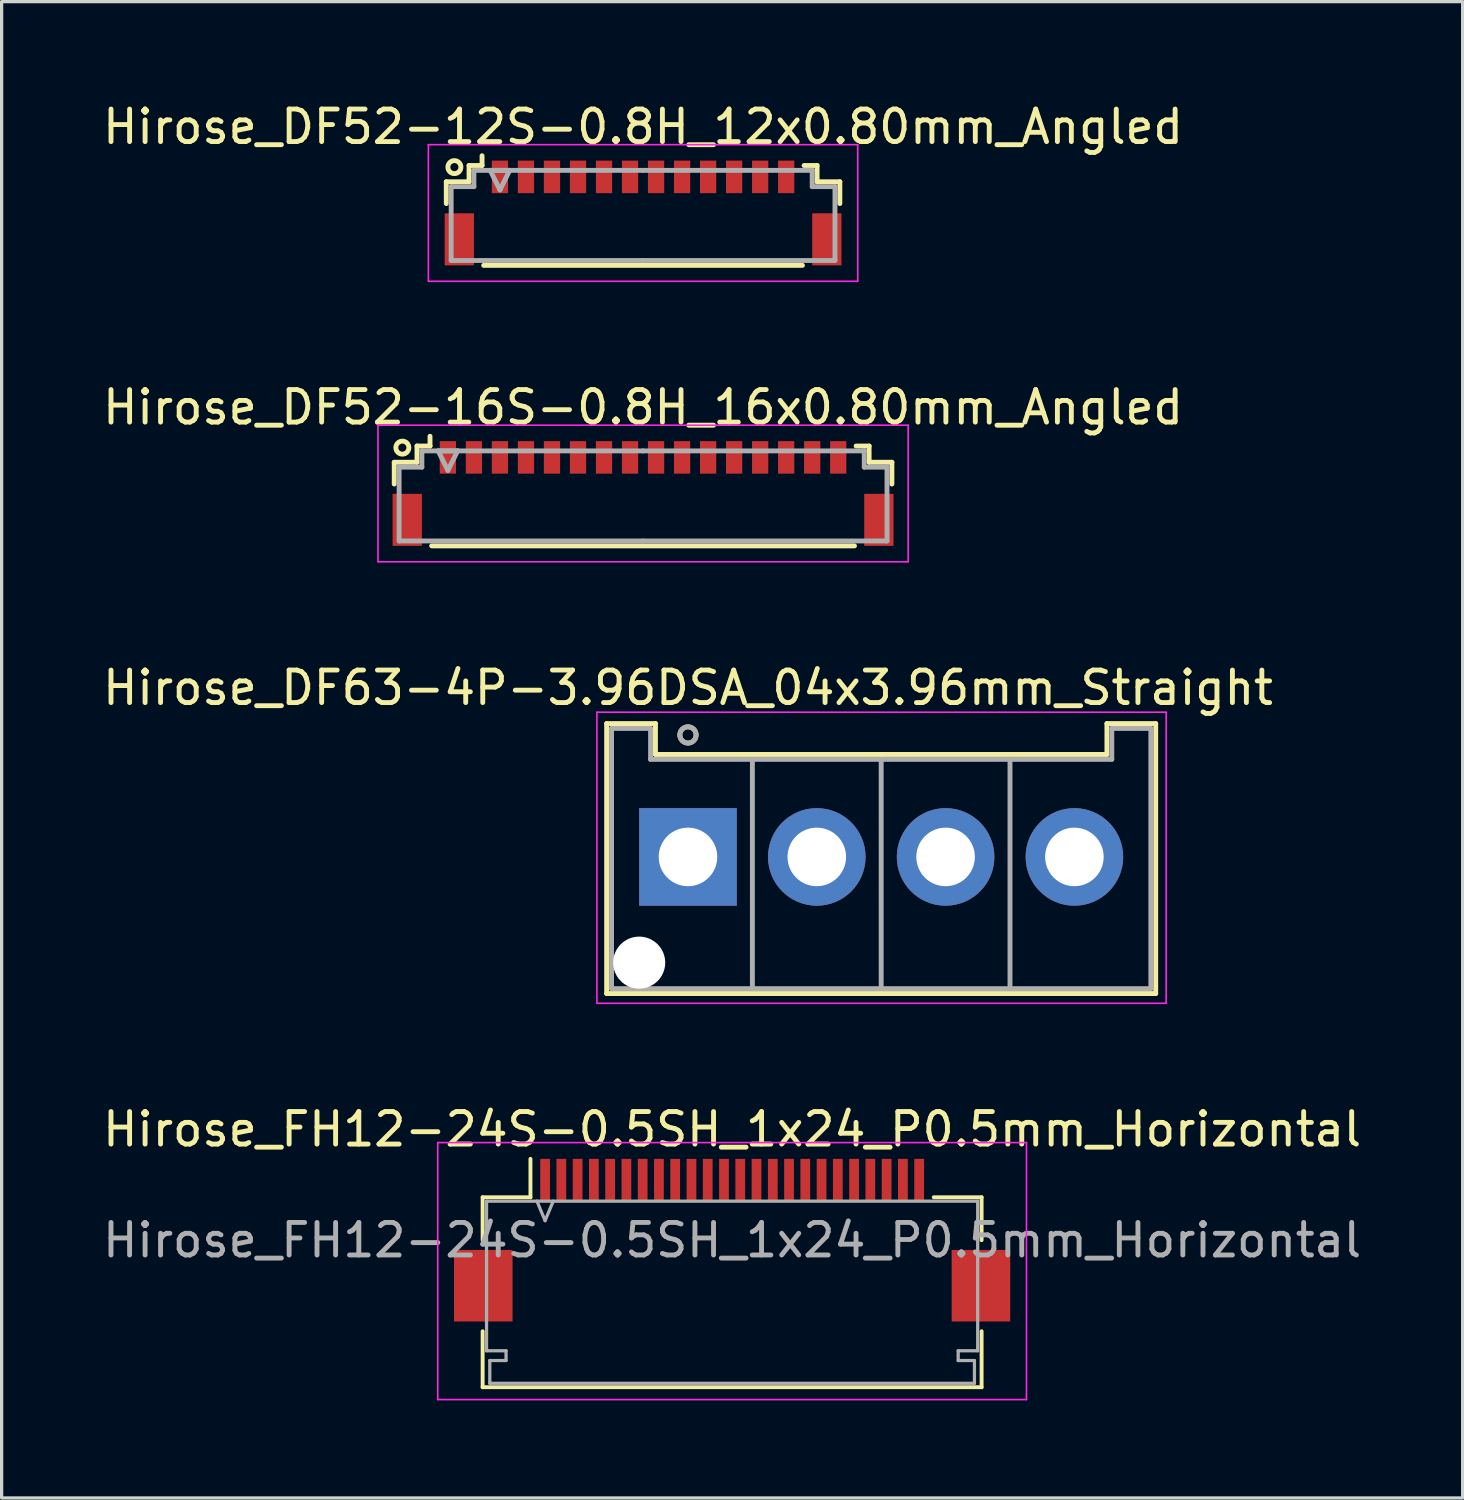
<source format=kicad_pcb>
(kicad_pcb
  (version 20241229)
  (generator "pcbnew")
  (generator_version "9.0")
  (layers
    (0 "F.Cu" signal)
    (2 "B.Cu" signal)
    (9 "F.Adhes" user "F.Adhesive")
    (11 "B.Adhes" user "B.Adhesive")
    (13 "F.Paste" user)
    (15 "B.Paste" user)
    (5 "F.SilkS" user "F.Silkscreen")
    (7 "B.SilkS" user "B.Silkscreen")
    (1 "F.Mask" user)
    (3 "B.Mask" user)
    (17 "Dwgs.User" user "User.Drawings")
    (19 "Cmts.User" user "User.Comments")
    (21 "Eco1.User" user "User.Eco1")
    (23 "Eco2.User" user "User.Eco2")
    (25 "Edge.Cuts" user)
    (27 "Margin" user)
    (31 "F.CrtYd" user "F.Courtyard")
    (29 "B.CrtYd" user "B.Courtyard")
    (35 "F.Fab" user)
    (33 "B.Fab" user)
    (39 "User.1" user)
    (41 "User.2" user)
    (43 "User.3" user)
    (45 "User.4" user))
  (footprint "Hirose_DF52-16S-0.8H_16x0.80mm_Angled"
    (layer "F.Cu")
    (at 16.72 11.972)
    (property "Reference" "Hirose_DF52-16S-0.8H_16x0.80mm_Angled" (at 0 -2.5 0) (layer "F.SilkS") (effects (font (size 1 1) (thickness 0.15))))
    (attr smd)
    (fp_line (start -7.65 -0.81) (end -7.65 -0.14) (stroke (width 0.15) (type solid)) (layer "F.SilkS"))
    (fp_line (start -6.95 -1.31) (end -6.95 -0.81) (stroke (width 0.15) (type solid)) (layer "F.SilkS"))
    (fp_line (start -6.95 -0.81) (end -7.65 -0.81) (stroke (width 0.15) (type solid)) (layer "F.SilkS"))
    (fp_line (start -6.55 -1.61) (end -6.55 -1.31) (stroke (width 0.15) (type solid)) (layer "F.SilkS"))
    (fp_line (start -6.55 -1.31) (end -6.95 -1.31) (stroke (width 0.15) (type solid)) (layer "F.SilkS"))
    (fp_line (start -6.5 1.76) (end 6.5 1.76) (stroke (width 0.15) (type solid)) (layer "F.SilkS"))
    (fp_line (start 6.55 -1.31) (end 6.95 -1.31) (stroke (width 0.15) (type solid)) (layer "F.SilkS"))
    (fp_line (start 6.95 -1.31) (end 6.95 -0.81) (stroke (width 0.15) (type solid)) (layer "F.SilkS"))
    (fp_line (start 6.95 -0.81) (end 7.65 -0.81) (stroke (width 0.15) (type solid)) (layer "F.SilkS"))
    (fp_line (start 7.65 -0.81) (end 7.65 -0.14) (stroke (width 0.15) (type solid)) (layer "F.SilkS"))
    (fp_circle (center -7.4 -1.26) (end -7.2 -1.26) (stroke (width 0.15) (type solid)) (fill no) (layer "F.SilkS"))
    (fp_line (start -8.15 -1.95) (end -8.15 2.25) (stroke (width 0.05) (type solid)) (layer "F.CrtYd"))
    (fp_line (start -8.15 2.25) (end 8.15 2.25) (stroke (width 0.05) (type solid)) (layer "F.CrtYd"))
    (fp_line (start 8.15 -1.95) (end -8.15 -1.95) (stroke (width 0.05) (type solid)) (layer "F.CrtYd"))
    (fp_line (start 8.15 2.25) (end 8.15 -1.95) (stroke (width 0.05) (type solid)) (layer "F.CrtYd"))
    (fp_line (start -7.5 -0.66) (end -7.5 1.61) (stroke (width 0.15) (type solid)) (layer "F.Fab"))
    (fp_line (start -7.5 1.61) (end 0 1.61) (stroke (width 0.15) (type solid)) (layer "F.Fab"))
    (fp_line (start -6.8 -1.16) (end -6.8 -1.16) (stroke (width 0.15) (type solid)) (layer "F.Fab"))
    (fp_line (start -6.8 -1.16) (end -6.8 -0.66) (stroke (width 0.15) (type solid)) (layer "F.Fab"))
    (fp_line (start -6.8 -0.66) (end -7.5 -0.66) (stroke (width 0.15) (type solid)) (layer "F.Fab"))
    (fp_line (start -6.3 -1.16) (end -5.7 -1.16) (stroke (width 0.15) (type solid)) (layer "F.Fab"))
    (fp_line (start -6 -0.56) (end -6.3 -1.16) (stroke (width 0.15) (type solid)) (layer "F.Fab"))
    (fp_line (start -5.7 -1.16) (end -6 -0.56) (stroke (width 0.15) (type solid)) (layer "F.Fab"))
    (fp_line (start 0 -1.16) (end -6.8 -1.16) (stroke (width 0.15) (type solid)) (layer "F.Fab"))
    (fp_line (start 0 -1.16) (end 6.8 -1.16) (stroke (width 0.15) (type solid)) (layer "F.Fab"))
    (fp_line (start 6.8 -1.16) (end 6.8 -1.16) (stroke (width 0.15) (type solid)) (layer "F.Fab"))
    (fp_line (start 6.8 -1.16) (end 6.8 -0.66) (stroke (width 0.15) (type solid)) (layer "F.Fab"))
    (fp_line (start 6.8 -0.66) (end 7.5 -0.66) (stroke (width 0.15) (type solid)) (layer "F.Fab"))
    (fp_line (start 7.5 -0.66) (end 7.5 1.61) (stroke (width 0.15) (type solid)) (layer "F.Fab"))
    (fp_line (start 7.5 1.61) (end 0 1.61) (stroke (width 0.15) (type solid)) (layer "F.Fab"))
    (pad "" smd rect (at -7.25 0.96) (size 0.9 1.6) (layers "F.Cu" "F.Mask" "F.Paste"))
    (pad "" smd rect (at 7.25 0.96) (size 0.9 1.6) (layers "F.Cu" "F.Mask" "F.Paste"))
    (pad "1" smd rect (at -6 -0.96) (size 0.5 1) (layers "F.Cu" "F.Mask" "F.Paste"))
    (pad "2" smd rect (at -5.2 -0.96) (size 0.5 1) (layers "F.Cu" "F.Mask" "F.Paste"))
    (pad "3" smd rect (at -4.4 -0.96) (size 0.5 1) (layers "F.Cu" "F.Mask" "F.Paste"))
    (pad "4" smd rect (at -3.6 -0.96) (size 0.5 1) (layers "F.Cu" "F.Mask" "F.Paste"))
    (pad "5" smd rect (at -2.8 -0.96) (size 0.5 1) (layers "F.Cu" "F.Mask" "F.Paste"))
    (pad "6" smd rect (at -2 -0.96) (size 0.5 1) (layers "F.Cu" "F.Mask" "F.Paste"))
    (pad "7" smd rect (at -1.2 -0.96) (size 0.5 1) (layers "F.Cu" "F.Mask" "F.Paste"))
    (pad "8" smd rect (at -0.4 -0.96) (size 0.5 1) (layers "F.Cu" "F.Mask" "F.Paste"))
    (pad "9" smd rect (at 0.4 -0.96) (size 0.5 1) (layers "F.Cu" "F.Mask" "F.Paste"))
    (pad "10" smd rect (at 1.2 -0.96) (size 0.5 1) (layers "F.Cu" "F.Mask" "F.Paste"))
    (pad "11" smd rect (at 2 -0.96) (size 0.5 1) (layers "F.Cu" "F.Mask" "F.Paste"))
    (pad "12" smd rect (at 2.8 -0.96) (size 0.5 1) (layers "F.Cu" "F.Mask" "F.Paste"))
    (pad "13" smd rect (at 3.6 -0.96) (size 0.5 1) (layers "F.Cu" "F.Mask" "F.Paste"))
    (pad "14" smd rect (at 4.4 -0.96) (size 0.5 1) (layers "F.Cu" "F.Mask" "F.Paste"))
    (pad "15" smd rect (at 5.2 -0.96) (size 0.5 1) (layers "F.Cu" "F.Mask" "F.Paste"))
    (pad "16" smd rect (at 6 -0.96) (size 0.5 1) (layers "F.Cu" "F.Mask" "F.Paste")))
  (footprint "Hirose_DF63-4P-3.96DSA_04x3.96mm_Straight"
    (layer "F.Cu")
    (at 18.101 23.295)
    (property "Reference" "Hirose_DF63-4P-3.96DSA_04x3.96mm_Straight" (at 0 -5.2 0) (layer "F.SilkS") (effects (font (size 1 1) (thickness 0.15))))
    (attr through_hole)
    (fp_line (start -2.5 -4.1) (end -1 -4.1) (stroke (width 0.15) (type solid)) (layer "F.SilkS"))
    (fp_line (start -2.5 4.2) (end -2.5 -4.1) (stroke (width 0.15) (type solid)) (layer "F.SilkS"))
    (fp_line (start -1 -4.1) (end -1 -3.15) (stroke (width 0.15) (type solid)) (layer "F.SilkS"))
    (fp_line (start -1 -3.15) (end 5.94 -3.15) (stroke (width 0.15) (type solid)) (layer "F.SilkS"))
    (fp_line (start 5.94 4.2) (end -2.5 4.2) (stroke (width 0.15) (type solid)) (layer "F.SilkS"))
    (fp_line (start 5.94 4.2) (end 14.38 4.2) (stroke (width 0.15) (type solid)) (layer "F.SilkS"))
    (fp_line (start 12.88 -4.1) (end 12.88 -3.15) (stroke (width 0.15) (type solid)) (layer "F.SilkS"))
    (fp_line (start 12.88 -3.15) (end 5.94 -3.15) (stroke (width 0.15) (type solid)) (layer "F.SilkS"))
    (fp_line (start 14.38 -4.1) (end 12.88 -4.1) (stroke (width 0.15) (type solid)) (layer "F.SilkS"))
    (fp_line (start 14.38 4.2) (end 14.38 -4.1) (stroke (width 0.15) (type solid)) (layer "F.SilkS"))
    (fp_circle (center 0 -3.75) (end 0.25 -3.75) (stroke (width 0.15) (type solid)) (fill no) (layer "F.SilkS"))
    (fp_line (start -2.8 -4.45) (end -2.8 4.5) (stroke (width 0.05) (type solid)) (layer "F.CrtYd"))
    (fp_line (start -2.8 4.5) (end 14.7 4.5) (stroke (width 0.05) (type solid)) (layer "F.CrtYd"))
    (fp_line (start 14.7 -4.45) (end -2.8 -4.45) (stroke (width 0.05) (type solid)) (layer "F.CrtYd"))
    (fp_line (start 14.7 4.5) (end 14.7 -4.45) (stroke (width 0.05) (type solid)) (layer "F.CrtYd"))
    (fp_line (start -2.35 -3.95) (end -1.15 -3.95) (stroke (width 0.15) (type solid)) (layer "F.Fab"))
    (fp_line (start -2.35 4.05) (end -2.35 -3.95) (stroke (width 0.15) (type solid)) (layer "F.Fab"))
    (fp_line (start -1.15 -3.95) (end -1.15 -3) (stroke (width 0.15) (type solid)) (layer "F.Fab"))
    (fp_line (start -1.15 -3) (end 5.94 -3) (stroke (width 0.15) (type solid)) (layer "F.Fab"))
    (fp_line (start 1.98 -3) (end 1.98 4.05) (stroke (width 0.15) (type solid)) (layer "F.Fab"))
    (fp_line (start 5.94 -3) (end 5.94 4.05) (stroke (width 0.15) (type solid)) (layer "F.Fab"))
    (fp_line (start 5.94 4.05) (end -2.35 4.05) (stroke (width 0.15) (type solid)) (layer "F.Fab"))
    (fp_line (start 5.94 4.05) (end 14.23 4.05) (stroke (width 0.15) (type solid)) (layer "F.Fab"))
    (fp_line (start 9.9 -3) (end 9.9 4.05) (stroke (width 0.15) (type solid)) (layer "F.Fab"))
    (fp_line (start 13.03 -3.95) (end 13.03 -3) (stroke (width 0.15) (type solid)) (layer "F.Fab"))
    (fp_line (start 13.03 -3) (end 5.94 -3) (stroke (width 0.15) (type solid)) (layer "F.Fab"))
    (fp_line (start 14.23 -3.95) (end 13.03 -3.95) (stroke (width 0.15) (type solid)) (layer "F.Fab"))
    (fp_line (start 14.23 4.05) (end 14.23 -3.95) (stroke (width 0.15) (type solid)) (layer "F.Fab"))
    (fp_circle (center 0 -3.75) (end 0.25 -3.75) (stroke (width 0.15) (type solid)) (fill no) (layer "F.Fab"))
    (pad "" np_thru_hole circle (at -1.5 3.25) (size 1.6 1.6) (drill 1.6) (layers "*.Cu" "*.Mask"))
    (pad "1" thru_hole rect (at 0 0) (size 3 3) (drill 1.8) (layers "*.Cu" "*.Mask"))
    (pad "2" thru_hole circle (at 3.96 0) (size 3 3) (drill 1.8) (layers "*.Cu" "*.Mask"))
    (pad "3" thru_hole circle (at 7.92 0) (size 3 3) (drill 1.8) (layers "*.Cu" "*.Mask"))
    (pad "4" thru_hole circle (at 11.88 0) (size 3 3) (drill 1.8) (layers "*.Cu" "*.Mask")))
  (footprint "Hirose_FH12-24S-0.5SH_1x24_P0.5mm_Horizontal"
    (layer "F.Cu")
    (at 19.458 35.078)
    (property "Reference" "Hirose_FH12-24S-0.5SH_1x24_P0.5mm_Horizontal" (at 0 -3.41 180) (layer "F.SilkS") (effects (font (size 1 1) (thickness 0.15))))
    (attr smd)
    (fp_line (start -7.67 -1.32) (end -6.2 -1.32) (stroke (width 0.12) (type solid)) (layer "F.SilkS"))
    (fp_line (start -7.67 0) (end -7.67 -1.32) (stroke (width 0.12) (type solid)) (layer "F.SilkS"))
    (fp_line (start -7.67 2.8) (end -7.67 4.52) (stroke (width 0.12) (type solid)) (layer "F.SilkS"))
    (fp_line (start -7.67 4.52) (end 7.67 4.52) (stroke (width 0.12) (type solid)) (layer "F.SilkS"))
    (fp_line (start -6.2 -1.32) (end -6.2 -2.5) (stroke (width 0.12) (type solid)) (layer "F.SilkS"))
    (fp_line (start 6.2 -1.32) (end 7.67 -1.32) (stroke (width 0.12) (type solid)) (layer "F.SilkS"))
    (fp_line (start 7.67 -1.32) (end 7.67 0) (stroke (width 0.12) (type solid)) (layer "F.SilkS"))
    (fp_line (start 7.67 4.52) (end 7.67 2.8) (stroke (width 0.12) (type solid)) (layer "F.SilkS"))
    (fp_line (start -9.05 -3) (end 9.05 -3) (stroke (width 0.05) (type solid)) (layer "F.CrtYd"))
    (fp_line (start -9.05 4.9) (end -9.05 -3) (stroke (width 0.05) (type solid)) (layer "F.CrtYd"))
    (fp_line (start 9.05 -3) (end 9.05 4.9) (stroke (width 0.05) (type solid)) (layer "F.CrtYd"))
    (fp_line (start 9.05 4.9) (end -9.05 4.9) (stroke (width 0.05) (type solid)) (layer "F.CrtYd"))
    (fp_line (start -7.55 -1.2) (end 7.55 -1.2) (stroke (width 0.1) (type solid)) (layer "F.Fab"))
    (fp_line (start -7.55 3.4) (end -7.55 -1.2) (stroke (width 0.1) (type solid)) (layer "F.Fab"))
    (fp_line (start -7.45 3.7) (end -7.45 4.4) (stroke (width 0.1) (type solid)) (layer "F.Fab"))
    (fp_line (start -7.45 3.7) (end -6.95 3.7) (stroke (width 0.1) (type solid)) (layer "F.Fab"))
    (fp_line (start -6.95 3.4) (end -7.55 3.4) (stroke (width 0.1) (type solid)) (layer "F.Fab"))
    (fp_line (start -6.95 3.7) (end -6.95 3.4) (stroke (width 0.1) (type solid)) (layer "F.Fab"))
    (fp_line (start -6 -1.2) (end -5.75 -0.6) (stroke (width 0.1) (type solid)) (layer "F.Fab"))
    (fp_line (start -5.75 -0.6) (end -5.5 -1.2) (stroke (width 0.1) (type solid)) (layer "F.Fab"))
    (fp_line (start 6.95 3.4) (end 6.95 3.7) (stroke (width 0.1) (type solid)) (layer "F.Fab"))
    (fp_line (start 7.45 3.7) (end 6.95 3.7) (stroke (width 0.1) (type solid)) (layer "F.Fab"))
    (fp_line (start 7.45 3.7) (end 7.45 4.4) (stroke (width 0.1) (type solid)) (layer "F.Fab"))
    (fp_line (start 7.45 4.4) (end -7.45 4.4) (stroke (width 0.1) (type solid)) (layer "F.Fab"))
    (fp_line (start 7.55 -1.2) (end 7.55 3.4) (stroke (width 0.1) (type solid)) (layer "F.Fab"))
    (fp_line (start 7.55 3.4) (end 6.95 3.4) (stroke (width 0.1) (type solid)) (layer "F.Fab"))
    (fp_text user "${REFERENCE}" (at 0 0 0) (layer "F.Fab") (effects (font (size 1 1) (thickness 0.15))))
    (pad "" smd rect (at -7.65 1.4) (size 1.8 2.2) (layers "F.Cu" "F.Mask" "F.Paste"))
    (pad "" smd rect (at 7.65 1.4) (size 1.8 2.2) (layers "F.Cu" "F.Mask" "F.Paste"))
    (pad "1" smd rect (at -5.75 -1.85) (size 0.3 1.3) (layers "F.Cu" "F.Mask" "F.Paste"))
    (pad "2" smd rect (at -5.25 -1.85) (size 0.3 1.3) (layers "F.Cu" "F.Mask" "F.Paste"))
    (pad "3" smd rect (at -4.75 -1.85) (size 0.3 1.3) (layers "F.Cu" "F.Mask" "F.Paste"))
    (pad "4" smd rect (at -4.25 -1.85) (size 0.3 1.3) (layers "F.Cu" "F.Mask" "F.Paste"))
    (pad "5" smd rect (at -3.75 -1.85) (size 0.3 1.3) (layers "F.Cu" "F.Mask" "F.Paste"))
    (pad "6" smd rect (at -3.25 -1.85) (size 0.3 1.3) (layers "F.Cu" "F.Mask" "F.Paste"))
    (pad "7" smd rect (at -2.75 -1.85) (size 0.3 1.3) (layers "F.Cu" "F.Mask" "F.Paste"))
    (pad "8" smd rect (at -2.25 -1.85) (size 0.3 1.3) (layers "F.Cu" "F.Mask" "F.Paste"))
    (pad "9" smd rect (at -1.75 -1.85) (size 0.3 1.3) (layers "F.Cu" "F.Mask" "F.Paste"))
    (pad "10" smd rect (at -1.25 -1.85) (size 0.3 1.3) (layers "F.Cu" "F.Mask" "F.Paste"))
    (pad "11" smd rect (at -0.75 -1.85) (size 0.3 1.3) (layers "F.Cu" "F.Mask" "F.Paste"))
    (pad "12" smd rect (at -0.25 -1.85) (size 0.3 1.3) (layers "F.Cu" "F.Mask" "F.Paste"))
    (pad "13" smd rect (at 0.25 -1.85) (size 0.3 1.3) (layers "F.Cu" "F.Mask" "F.Paste"))
    (pad "14" smd rect (at 0.75 -1.85) (size 0.3 1.3) (layers "F.Cu" "F.Mask" "F.Paste"))
    (pad "15" smd rect (at 1.25 -1.85) (size 0.3 1.3) (layers "F.Cu" "F.Mask" "F.Paste"))
    (pad "16" smd rect (at 1.75 -1.85) (size 0.3 1.3) (layers "F.Cu" "F.Mask" "F.Paste"))
    (pad "17" smd rect (at 2.25 -1.85) (size 0.3 1.3) (layers "F.Cu" "F.Mask" "F.Paste"))
    (pad "18" smd rect (at 2.75 -1.85) (size 0.3 1.3) (layers "F.Cu" "F.Mask" "F.Paste"))
    (pad "19" smd rect (at 3.25 -1.85) (size 0.3 1.3) (layers "F.Cu" "F.Mask" "F.Paste"))
    (pad "20" smd rect (at 3.75 -1.85) (size 0.3 1.3) (layers "F.Cu" "F.Mask" "F.Paste"))
    (pad "21" smd rect (at 4.25 -1.85) (size 0.3 1.3) (layers "F.Cu" "F.Mask" "F.Paste"))
    (pad "22" smd rect (at 4.75 -1.85) (size 0.3 1.3) (layers "F.Cu" "F.Mask" "F.Paste"))
    (pad "23" smd rect (at 5.25 -1.85) (size 0.3 1.3) (layers "F.Cu" "F.Mask" "F.Paste"))
    (pad "24" smd rect (at 5.75 -1.85) (size 0.3 1.3) (layers "F.Cu" "F.Mask" "F.Paste")))
  (footprint "Hirose_DF52-12S-0.8H_12x0.80mm_Angled"
    (layer "F.Cu")
    (at 16.72 3.348)
    (property "Reference" "Hirose_DF52-12S-0.8H_12x0.80mm_Angled" (at 0 -2.5 0) (layer "F.SilkS") (effects (font (size 1 1) (thickness 0.15))))
    (attr smd)
    (fp_line (start -6.05 -0.81) (end -6.05 -0.14) (stroke (width 0.15) (type solid)) (layer "F.SilkS"))
    (fp_line (start -5.35 -1.31) (end -5.35 -0.81) (stroke (width 0.15) (type solid)) (layer "F.SilkS"))
    (fp_line (start -5.35 -0.81) (end -6.05 -0.81) (stroke (width 0.15) (type solid)) (layer "F.SilkS"))
    (fp_line (start -4.95 -1.61) (end -4.95 -1.31) (stroke (width 0.15) (type solid)) (layer "F.SilkS"))
    (fp_line (start -4.95 -1.31) (end -5.35 -1.31) (stroke (width 0.15) (type solid)) (layer "F.SilkS"))
    (fp_line (start -4.9 1.76) (end 4.9 1.76) (stroke (width 0.15) (type solid)) (layer "F.SilkS"))
    (fp_line (start 4.95 -1.31) (end 5.35 -1.31) (stroke (width 0.15) (type solid)) (layer "F.SilkS"))
    (fp_line (start 5.35 -1.31) (end 5.35 -0.81) (stroke (width 0.15) (type solid)) (layer "F.SilkS"))
    (fp_line (start 5.35 -0.81) (end 6.05 -0.81) (stroke (width 0.15) (type solid)) (layer "F.SilkS"))
    (fp_line (start 6.05 -0.81) (end 6.05 -0.14) (stroke (width 0.15) (type solid)) (layer "F.SilkS"))
    (fp_circle (center -5.8 -1.26) (end -5.6 -1.26) (stroke (width 0.15) (type solid)) (fill no) (layer "F.SilkS"))
    (fp_line (start -6.6 -1.95) (end -6.6 2.25) (stroke (width 0.05) (type solid)) (layer "F.CrtYd"))
    (fp_line (start -6.6 2.25) (end 6.6 2.25) (stroke (width 0.05) (type solid)) (layer "F.CrtYd"))
    (fp_line (start 6.6 -1.95) (end -6.6 -1.95) (stroke (width 0.05) (type solid)) (layer "F.CrtYd"))
    (fp_line (start 6.6 2.25) (end 6.6 -1.95) (stroke (width 0.05) (type solid)) (layer "F.CrtYd"))
    (fp_line (start -5.9 -0.66) (end -5.9 1.61) (stroke (width 0.15) (type solid)) (layer "F.Fab"))
    (fp_line (start -5.9 1.61) (end 0 1.61) (stroke (width 0.15) (type solid)) (layer "F.Fab"))
    (fp_line (start -5.2 -1.16) (end -5.2 -1.16) (stroke (width 0.15) (type solid)) (layer "F.Fab"))
    (fp_line (start -5.2 -1.16) (end -5.2 -0.66) (stroke (width 0.15) (type solid)) (layer "F.Fab"))
    (fp_line (start -5.2 -0.66) (end -5.9 -0.66) (stroke (width 0.15) (type solid)) (layer "F.Fab"))
    (fp_line (start -4.7 -1.16) (end -4.1 -1.16) (stroke (width 0.15) (type solid)) (layer "F.Fab"))
    (fp_line (start -4.4 -0.56) (end -4.7 -1.16) (stroke (width 0.15) (type solid)) (layer "F.Fab"))
    (fp_line (start -4.1 -1.16) (end -4.4 -0.56) (stroke (width 0.15) (type solid)) (layer "F.Fab"))
    (fp_line (start 0 -1.16) (end -5.2 -1.16) (stroke (width 0.15) (type solid)) (layer "F.Fab"))
    (fp_line (start 0 -1.16) (end 5.2 -1.16) (stroke (width 0.15) (type solid)) (layer "F.Fab"))
    (fp_line (start 5.2 -1.16) (end 5.2 -1.16) (stroke (width 0.15) (type solid)) (layer "F.Fab"))
    (fp_line (start 5.2 -1.16) (end 5.2 -0.66) (stroke (width 0.15) (type solid)) (layer "F.Fab"))
    (fp_line (start 5.2 -0.66) (end 5.9 -0.66) (stroke (width 0.15) (type solid)) (layer "F.Fab"))
    (fp_line (start 5.9 -0.66) (end 5.9 1.61) (stroke (width 0.15) (type solid)) (layer "F.Fab"))
    (fp_line (start 5.9 1.61) (end 0 1.61) (stroke (width 0.15) (type solid)) (layer "F.Fab"))
    (pad "" smd rect (at -5.65 0.96) (size 0.9 1.6) (layers "F.Cu" "F.Mask" "F.Paste"))
    (pad "" smd rect (at 5.65 0.96) (size 0.9 1.6) (layers "F.Cu" "F.Mask" "F.Paste"))
    (pad "1" smd rect (at -4.4 -0.96) (size 0.5 1) (layers "F.Cu" "F.Mask" "F.Paste"))
    (pad "2" smd rect (at -3.6 -0.96) (size 0.5 1) (layers "F.Cu" "F.Mask" "F.Paste"))
    (pad "3" smd rect (at -2.8 -0.96) (size 0.5 1) (layers "F.Cu" "F.Mask" "F.Paste"))
    (pad "4" smd rect (at -2 -0.96) (size 0.5 1) (layers "F.Cu" "F.Mask" "F.Paste"))
    (pad "5" smd rect (at -1.2 -0.96) (size 0.5 1) (layers "F.Cu" "F.Mask" "F.Paste"))
    (pad "6" smd rect (at -0.4 -0.96) (size 0.5 1) (layers "F.Cu" "F.Mask" "F.Paste"))
    (pad "7" smd rect (at 0.4 -0.96) (size 0.5 1) (layers "F.Cu" "F.Mask" "F.Paste"))
    (pad "8" smd rect (at 1.2 -0.96) (size 0.5 1) (layers "F.Cu" "F.Mask" "F.Paste"))
    (pad "9" smd rect (at 2 -0.96) (size 0.5 1) (layers "F.Cu" "F.Mask" "F.Paste"))
    (pad "10" smd rect (at 2.8 -0.96) (size 0.5 1) (layers "F.Cu" "F.Mask" "F.Paste"))
    (pad "11" smd rect (at 3.6 -0.96) (size 0.5 1) (layers "F.Cu" "F.Mask" "F.Paste"))
    (pad "12" smd rect (at 4.4 -0.96) (size 0.5 1) (layers "F.Cu" "F.Mask" "F.Paste")))
  (gr_rect
    (start -3 -3)
    (end 41.917 43.003)
    (stroke (width 0.1) (type default))
    (fill no)
    (layer "Edge.Cuts")))
</source>
